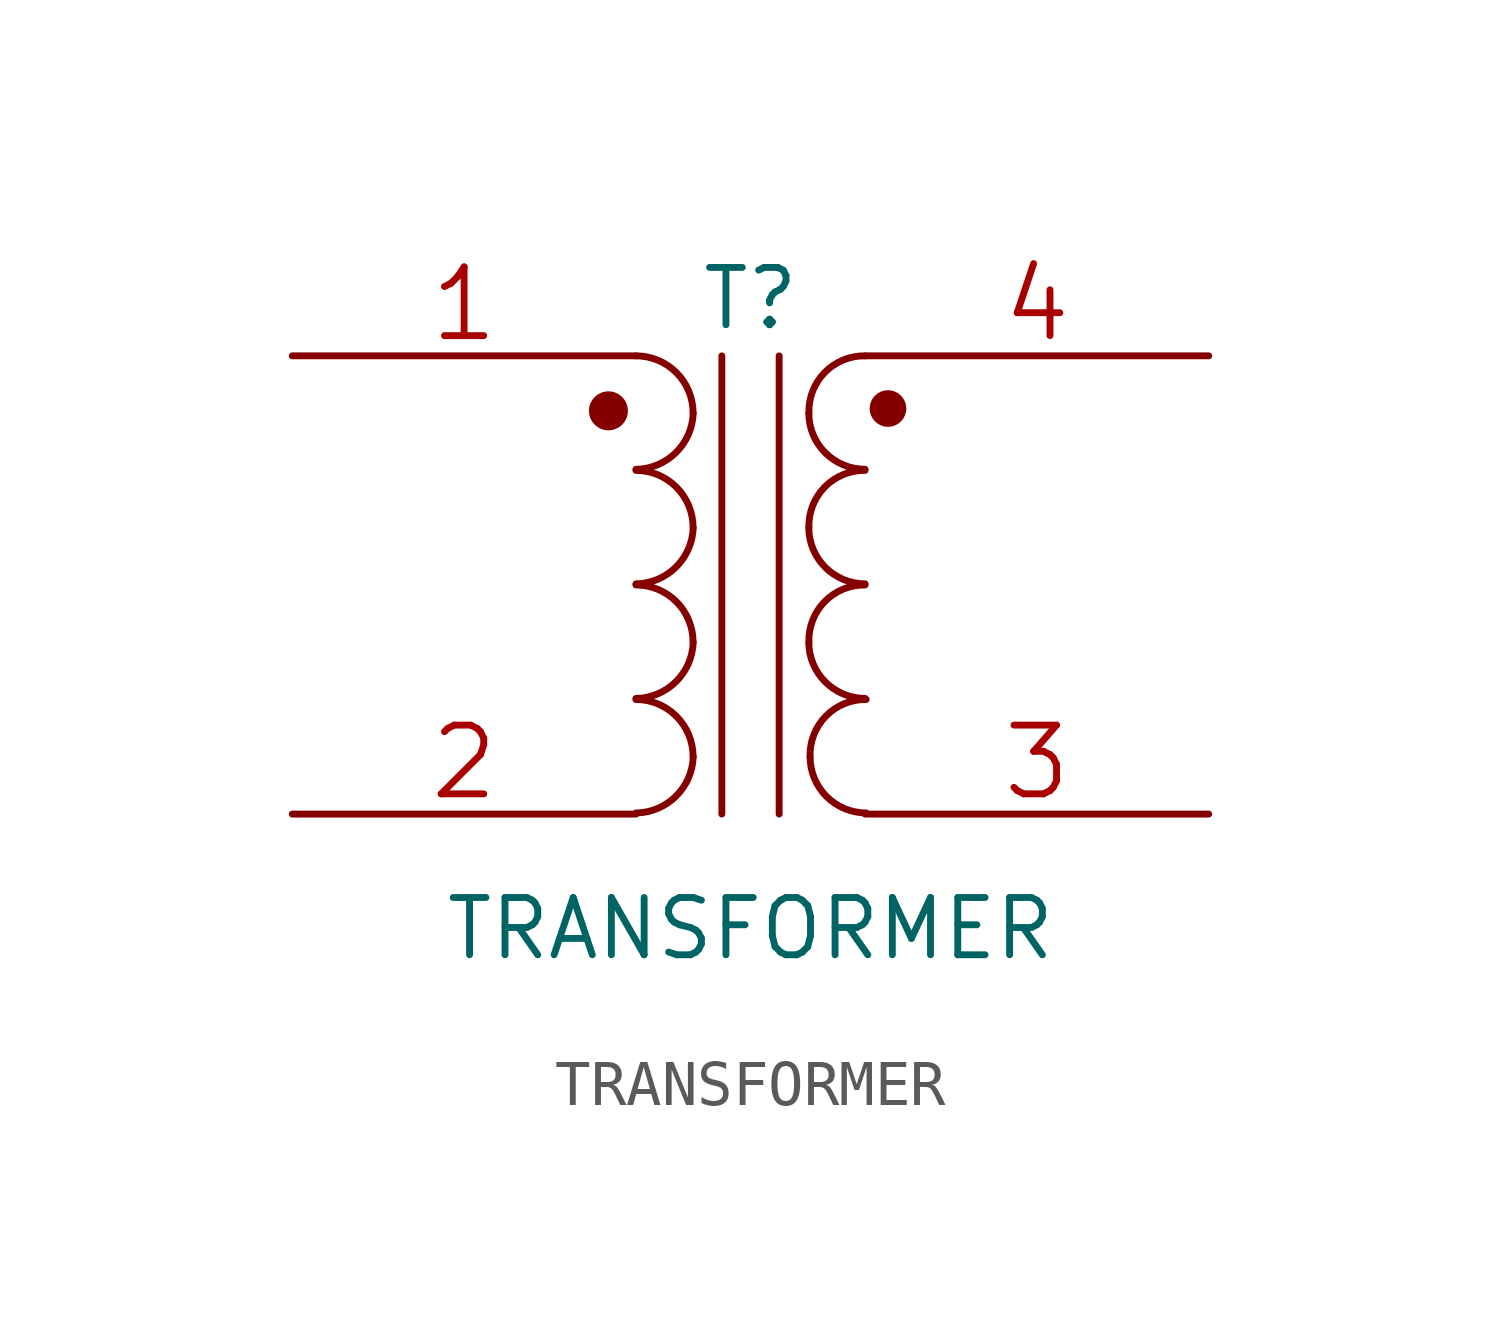
<source format=kicad_sym>
(kicad_symbol_lib
  (version 20211014)
  (generator kicad_symbol_editor)
  (symbol "TRANSFORMER"
    (pin_names
      (offset 1.016) hide)
    (property "Reference" "T"
      (at 0 6.35 0)
      (effects (font (size 1.27 1.27))))
    (property "Value" "TRANSFORMER"
      (at 0 -7.62 0)
      (effects (font (size 1.27 1.27))))
    (property "Footprint" ""
      (at 0 0 0)
      (effects (font (size 1.524 1.524))))
    (property "Datasheet" ""
      (at 0 0 0)
      (effects (font (size 1.524 1.524))))
    (symbol "TRANSFORMER_0_1"
      (circle (center -3.15 3.861) (radius 0.356) (stroke (width 0) (type default) (color 0 0 0 0)) (fill (type outline)))
      (arc (start -2.54 -5.0546) (mid -1.6561 -4.6863) (end -1.27 -3.81) (stroke (width 0) (type default) (color 0 0 0 0)) (fill (type none)))
      (arc (start -2.54 -2.5146) (mid -1.6561 -2.1463) (end -1.27 -1.27) (stroke (width 0) (type default) (color 0 0 0 0)) (fill (type none)))
      (arc (start -2.54 0.0254) (mid -1.6561 0.3937) (end -1.27 1.27) (stroke (width 0) (type default) (color 0 0 0 0)) (fill (type none)))
      (arc (start -2.54 2.5654) (mid -1.6561 2.9337) (end -1.27 3.81) (stroke (width 0) (type default) (color 0 0 0 0)) (fill (type none)))
      (arc (start -1.27 -3.81) (mid -1.642 -2.912) (end -2.54 -2.54) (stroke (width 0) (type default) (color 0 0 0 0)) (fill (type none)))
      (arc (start -1.27 -1.27) (mid -1.642 -0.372) (end -2.54 0) (stroke (width 0) (type default) (color 0 0 0 0)) (fill (type none)))
      (arc (start -1.27 1.27) (mid -1.642 2.168) (end -2.54 2.54) (stroke (width 0) (type default) (color 0 0 0 0)) (fill (type none)))
      (arc (start -1.27 3.81) (mid -1.642 4.708) (end -2.54 5.08) (stroke (width 0) (type default) (color 0 0 0 0)) (fill (type none)))
      (polyline (pts (xy -0.635 5.08) (xy -0.635 -5.08)) (stroke (width 0) (type default) (color 0 0 0 0)) (fill (type none)))
      (polyline (pts (xy 0.635 -5.08) (xy 0.635 5.08)) (stroke (width 0) (type default) (color 0 0 0 0)) (fill (type none)))
      (arc (start 1.2954 -1.27) (mid 1.6599 -2.1501) (end 2.54 -2.5146) (stroke (width 0) (type default) (color 0 0 0 0)) (fill (type none)))
      (arc (start 1.2954 1.27) (mid 1.6599 0.3899) (end 2.54 0.0254) (stroke (width 0) (type default) (color 0 0 0 0)) (fill (type none)))
      (arc (start 1.2954 3.81) (mid 1.6599 2.9299) (end 2.54 2.5654) (stroke (width 0) (type default) (color 0 0 0 0)) (fill (type none)))
      (arc (start 1.3208 -3.81) (mid 1.6853 -4.6901) (end 2.5654 -5.0546) (stroke (width 0) (type default) (color 0 0 0 0)) (fill (type none)))
      (arc (start 2.54 0) (mid 1.6456 -0.3683) (end 1.2954 -1.27) (stroke (width 0) (type default) (color 0 0 0 0)) (fill (type none)))
      (arc (start 2.54 2.54) (mid 1.6456 2.1717) (end 1.2954 1.27) (stroke (width 0) (type default) (color 0 0 0 0)) (fill (type none)))
      (arc (start 2.54 5.08) (mid 1.6456 4.7117) (end 1.2954 3.81) (stroke (width 0) (type default) (color 0 0 0 0)) (fill (type none)))
      (arc (start 2.5654 -2.54) (mid 1.671 -2.9083) (end 1.3208 -3.81) (stroke (width 0) (type default) (color 0 0 0 0)) (fill (type none)))
      (circle (center 3.048 3.912) (radius 0.33) (stroke (width 0) (type default) (color 0 0 0 0)) (fill (type outline))))
    (symbol "TRANSFORMER_1_1"
      (pin passive line (at -10.16 5.08 0) (length 7.62) (name "AA" (effects (font (size 1.524 1.524)))) (number "1" (effects (font (size 1.524 1.524)))))
      (pin passive line (at -10.16 -5.08 0) (length 7.62) (name "AB" (effects (font (size 1.524 1.524)))) (number "2" (effects (font (size 1.524 1.524)))))
      (pin passive line (at 10.16 -5.08 180) (length 7.62) (name "SA" (effects (font (size 1.524 1.524)))) (number "3" (effects (font (size 1.524 1.524)))))
      (pin passive line (at 10.16 5.08 180) (length 7.62) (name "SB" (effects (font (size 1.524 1.524)))) (number "4" (effects (font (size 1.524 1.524))))))))
</source>
